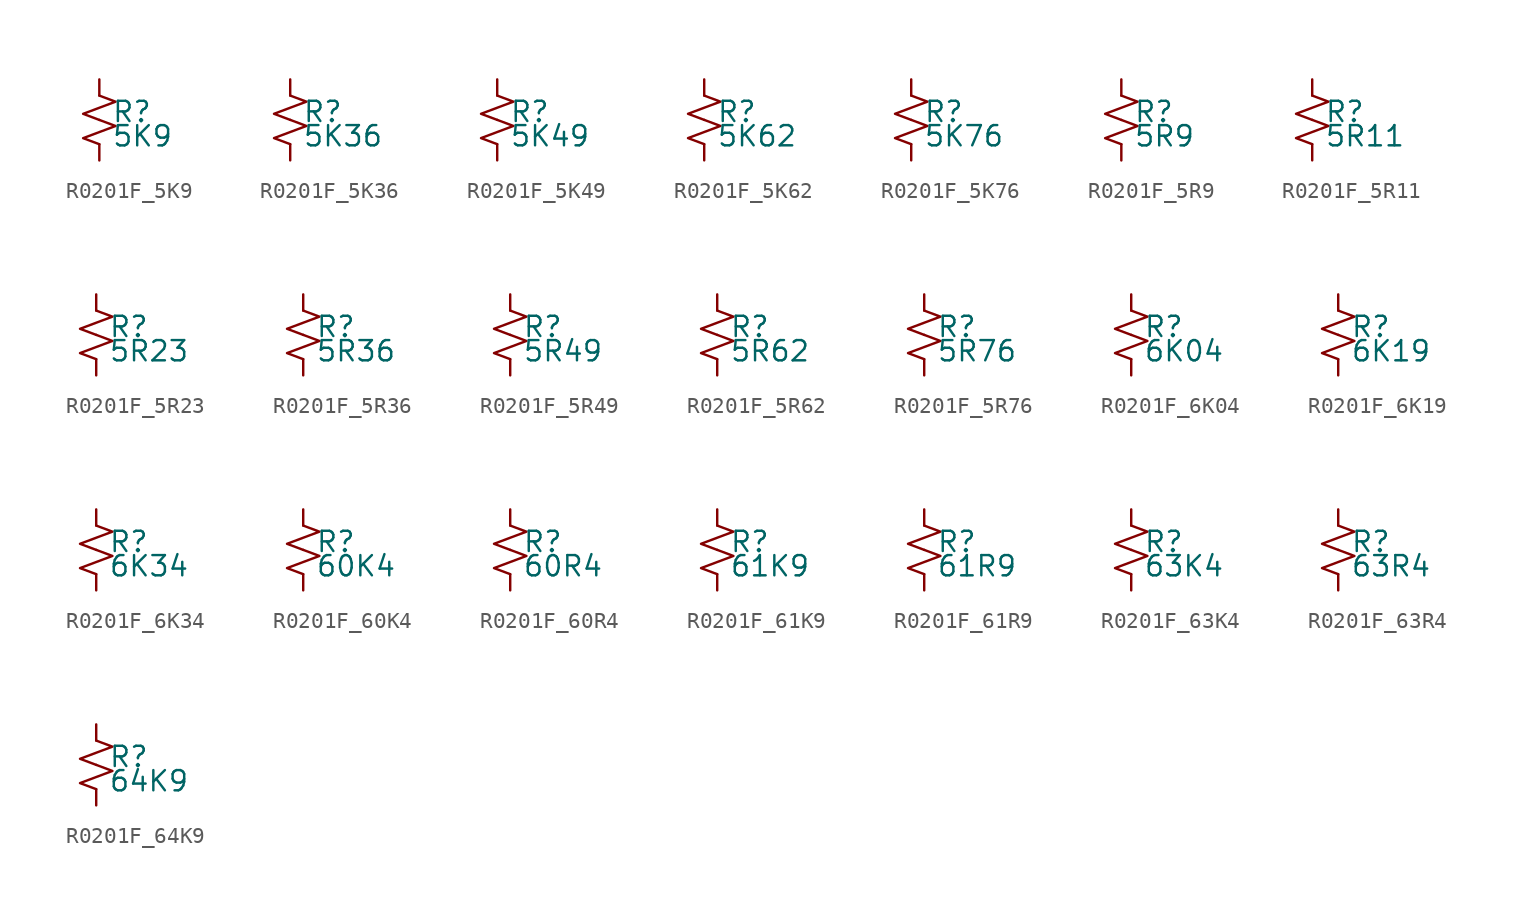
<source format=kicad_sym>
(kicad_symbol_lib
  (version 20220914)
  (generator kicad_symbol_editor)
  (symbol "R0201F_5K9"
    (pin_numbers hide)
    (pin_names
      (offset 0.254) hide)
    (property "Reference" "R"
      (at 0.762 0.508 0)
      (effects (font (size 1.27 1.27)) (justify left)))
    (property "Value" "5K9"
      (at 0.762 -1.016 0)
      (effects (font (size 1.27 1.27)) (justify left)))
    (symbol "R0201F_5K9_1_1"
      (polyline (pts (xy 0 0) (xy 1.016 -0.381) (xy 0 -0.762) (xy -1.016 -1.143) (xy 0 -1.524)) (stroke (width 0) (type default)) (fill (type none)))
      (polyline (pts (xy 0 1.524) (xy 1.016 1.143) (xy 0 0.762) (xy -1.016 0.381) (xy 0 0)) (stroke (width 0) (type default)) (fill (type none)))
      (pin passive line (at 0 2.54 270) (length 1.016) (name "~" (effects (font (size 1.27 1.27)))) (number "1" (effects (font (size 1.27 1.27)))))
      (pin passive line (at 0 -2.54 90) (length 1.016) (name "~" (effects (font (size 1.27 1.27)))) (number "2" (effects (font (size 1.27 1.27)))))))
  (symbol "R0201F_5K36"
    (pin_numbers hide)
    (pin_names
      (offset 0.254) hide)
    (property "Reference" "R"
      (at 0.762 0.508 0)
      (effects (font (size 1.27 1.27)) (justify left)))
    (property "Value" "5K36"
      (at 0.762 -1.016 0)
      (effects (font (size 1.27 1.27)) (justify left)))
    (symbol "R0201F_5K36_1_1"
      (polyline (pts (xy 0 0) (xy 1.016 -0.381) (xy 0 -0.762) (xy -1.016 -1.143) (xy 0 -1.524)) (stroke (width 0) (type default)) (fill (type none)))
      (polyline (pts (xy 0 1.524) (xy 1.016 1.143) (xy 0 0.762) (xy -1.016 0.381) (xy 0 0)) (stroke (width 0) (type default)) (fill (type none)))
      (pin passive line (at 0 2.54 270) (length 1.016) (name "~" (effects (font (size 1.27 1.27)))) (number "1" (effects (font (size 1.27 1.27)))))
      (pin passive line (at 0 -2.54 90) (length 1.016) (name "~" (effects (font (size 1.27 1.27)))) (number "2" (effects (font (size 1.27 1.27)))))))
  (symbol "R0201F_5K49"
    (pin_numbers hide)
    (pin_names
      (offset 0.254) hide)
    (property "Reference" "R"
      (at 0.762 0.508 0)
      (effects (font (size 1.27 1.27)) (justify left)))
    (property "Value" "5K49"
      (at 0.762 -1.016 0)
      (effects (font (size 1.27 1.27)) (justify left)))
    (symbol "R0201F_5K49_1_1"
      (polyline (pts (xy 0 0) (xy 1.016 -0.381) (xy 0 -0.762) (xy -1.016 -1.143) (xy 0 -1.524)) (stroke (width 0) (type default)) (fill (type none)))
      (polyline (pts (xy 0 1.524) (xy 1.016 1.143) (xy 0 0.762) (xy -1.016 0.381) (xy 0 0)) (stroke (width 0) (type default)) (fill (type none)))
      (pin passive line (at 0 2.54 270) (length 1.016) (name "~" (effects (font (size 1.27 1.27)))) (number "1" (effects (font (size 1.27 1.27)))))
      (pin passive line (at 0 -2.54 90) (length 1.016) (name "~" (effects (font (size 1.27 1.27)))) (number "2" (effects (font (size 1.27 1.27)))))))
  (symbol "R0201F_5K62"
    (pin_numbers hide)
    (pin_names
      (offset 0.254) hide)
    (property "Reference" "R"
      (at 0.762 0.508 0)
      (effects (font (size 1.27 1.27)) (justify left)))
    (property "Value" "5K62"
      (at 0.762 -1.016 0)
      (effects (font (size 1.27 1.27)) (justify left)))
    (symbol "R0201F_5K62_1_1"
      (polyline (pts (xy 0 0) (xy 1.016 -0.381) (xy 0 -0.762) (xy -1.016 -1.143) (xy 0 -1.524)) (stroke (width 0) (type default)) (fill (type none)))
      (polyline (pts (xy 0 1.524) (xy 1.016 1.143) (xy 0 0.762) (xy -1.016 0.381) (xy 0 0)) (stroke (width 0) (type default)) (fill (type none)))
      (pin passive line (at 0 2.54 270) (length 1.016) (name "~" (effects (font (size 1.27 1.27)))) (number "1" (effects (font (size 1.27 1.27)))))
      (pin passive line (at 0 -2.54 90) (length 1.016) (name "~" (effects (font (size 1.27 1.27)))) (number "2" (effects (font (size 1.27 1.27)))))))
  (symbol "R0201F_5K76"
    (pin_numbers hide)
    (pin_names
      (offset 0.254) hide)
    (property "Reference" "R"
      (at 0.762 0.508 0)
      (effects (font (size 1.27 1.27)) (justify left)))
    (property "Value" "5K76"
      (at 0.762 -1.016 0)
      (effects (font (size 1.27 1.27)) (justify left)))
    (symbol "R0201F_5K76_1_1"
      (polyline (pts (xy 0 0) (xy 1.016 -0.381) (xy 0 -0.762) (xy -1.016 -1.143) (xy 0 -1.524)) (stroke (width 0) (type default)) (fill (type none)))
      (polyline (pts (xy 0 1.524) (xy 1.016 1.143) (xy 0 0.762) (xy -1.016 0.381) (xy 0 0)) (stroke (width 0) (type default)) (fill (type none)))
      (pin passive line (at 0 2.54 270) (length 1.016) (name "~" (effects (font (size 1.27 1.27)))) (number "1" (effects (font (size 1.27 1.27)))))
      (pin passive line (at 0 -2.54 90) (length 1.016) (name "~" (effects (font (size 1.27 1.27)))) (number "2" (effects (font (size 1.27 1.27)))))))
  (symbol "R0201F_5R9"
    (pin_numbers hide)
    (pin_names
      (offset 0.254) hide)
    (property "Reference" "R"
      (at 0.762 0.508 0)
      (effects (font (size 1.27 1.27)) (justify left)))
    (property "Value" "5R9"
      (at 0.762 -1.016 0)
      (effects (font (size 1.27 1.27)) (justify left)))
    (symbol "R0201F_5R9_1_1"
      (polyline (pts (xy 0 0) (xy 1.016 -0.381) (xy 0 -0.762) (xy -1.016 -1.143) (xy 0 -1.524)) (stroke (width 0) (type default)) (fill (type none)))
      (polyline (pts (xy 0 1.524) (xy 1.016 1.143) (xy 0 0.762) (xy -1.016 0.381) (xy 0 0)) (stroke (width 0) (type default)) (fill (type none)))
      (pin passive line (at 0 2.54 270) (length 1.016) (name "~" (effects (font (size 1.27 1.27)))) (number "1" (effects (font (size 1.27 1.27)))))
      (pin passive line (at 0 -2.54 90) (length 1.016) (name "~" (effects (font (size 1.27 1.27)))) (number "2" (effects (font (size 1.27 1.27)))))))
  (symbol "R0201F_5R11"
    (pin_numbers hide)
    (pin_names
      (offset 0.254) hide)
    (property "Reference" "R"
      (at 0.762 0.508 0)
      (effects (font (size 1.27 1.27)) (justify left)))
    (property "Value" "5R11"
      (at 0.762 -1.016 0)
      (effects (font (size 1.27 1.27)) (justify left)))
    (symbol "R0201F_5R11_1_1"
      (polyline (pts (xy 0 0) (xy 1.016 -0.381) (xy 0 -0.762) (xy -1.016 -1.143) (xy 0 -1.524)) (stroke (width 0) (type default)) (fill (type none)))
      (polyline (pts (xy 0 1.524) (xy 1.016 1.143) (xy 0 0.762) (xy -1.016 0.381) (xy 0 0)) (stroke (width 0) (type default)) (fill (type none)))
      (pin passive line (at 0 2.54 270) (length 1.016) (name "~" (effects (font (size 1.27 1.27)))) (number "1" (effects (font (size 1.27 1.27)))))
      (pin passive line (at 0 -2.54 90) (length 1.016) (name "~" (effects (font (size 1.27 1.27)))) (number "2" (effects (font (size 1.27 1.27)))))))
  (symbol "R0201F_5R23"
    (pin_numbers hide)
    (pin_names
      (offset 0.254) hide)
    (property "Reference" "R"
      (at 0.762 0.508 0)
      (effects (font (size 1.27 1.27)) (justify left)))
    (property "Value" "5R23"
      (at 0.762 -1.016 0)
      (effects (font (size 1.27 1.27)) (justify left)))
    (symbol "R0201F_5R23_1_1"
      (polyline (pts (xy 0 0) (xy 1.016 -0.381) (xy 0 -0.762) (xy -1.016 -1.143) (xy 0 -1.524)) (stroke (width 0) (type default)) (fill (type none)))
      (polyline (pts (xy 0 1.524) (xy 1.016 1.143) (xy 0 0.762) (xy -1.016 0.381) (xy 0 0)) (stroke (width 0) (type default)) (fill (type none)))
      (pin passive line (at 0 2.54 270) (length 1.016) (name "~" (effects (font (size 1.27 1.27)))) (number "1" (effects (font (size 1.27 1.27)))))
      (pin passive line (at 0 -2.54 90) (length 1.016) (name "~" (effects (font (size 1.27 1.27)))) (number "2" (effects (font (size 1.27 1.27)))))))
  (symbol "R0201F_5R36"
    (pin_numbers hide)
    (pin_names
      (offset 0.254) hide)
    (property "Reference" "R"
      (at 0.762 0.508 0)
      (effects (font (size 1.27 1.27)) (justify left)))
    (property "Value" "5R36"
      (at 0.762 -1.016 0)
      (effects (font (size 1.27 1.27)) (justify left)))
    (symbol "R0201F_5R36_1_1"
      (polyline (pts (xy 0 0) (xy 1.016 -0.381) (xy 0 -0.762) (xy -1.016 -1.143) (xy 0 -1.524)) (stroke (width 0) (type default)) (fill (type none)))
      (polyline (pts (xy 0 1.524) (xy 1.016 1.143) (xy 0 0.762) (xy -1.016 0.381) (xy 0 0)) (stroke (width 0) (type default)) (fill (type none)))
      (pin passive line (at 0 2.54 270) (length 1.016) (name "~" (effects (font (size 1.27 1.27)))) (number "1" (effects (font (size 1.27 1.27)))))
      (pin passive line (at 0 -2.54 90) (length 1.016) (name "~" (effects (font (size 1.27 1.27)))) (number "2" (effects (font (size 1.27 1.27)))))))
  (symbol "R0201F_5R49"
    (pin_numbers hide)
    (pin_names
      (offset 0.254) hide)
    (property "Reference" "R"
      (at 0.762 0.508 0)
      (effects (font (size 1.27 1.27)) (justify left)))
    (property "Value" "5R49"
      (at 0.762 -1.016 0)
      (effects (font (size 1.27 1.27)) (justify left)))
    (symbol "R0201F_5R49_1_1"
      (polyline (pts (xy 0 0) (xy 1.016 -0.381) (xy 0 -0.762) (xy -1.016 -1.143) (xy 0 -1.524)) (stroke (width 0) (type default)) (fill (type none)))
      (polyline (pts (xy 0 1.524) (xy 1.016 1.143) (xy 0 0.762) (xy -1.016 0.381) (xy 0 0)) (stroke (width 0) (type default)) (fill (type none)))
      (pin passive line (at 0 2.54 270) (length 1.016) (name "~" (effects (font (size 1.27 1.27)))) (number "1" (effects (font (size 1.27 1.27)))))
      (pin passive line (at 0 -2.54 90) (length 1.016) (name "~" (effects (font (size 1.27 1.27)))) (number "2" (effects (font (size 1.27 1.27)))))))
  (symbol "R0201F_5R62"
    (pin_numbers hide)
    (pin_names
      (offset 0.254) hide)
    (property "Reference" "R"
      (at 0.762 0.508 0)
      (effects (font (size 1.27 1.27)) (justify left)))
    (property "Value" "5R62"
      (at 0.762 -1.016 0)
      (effects (font (size 1.27 1.27)) (justify left)))
    (symbol "R0201F_5R62_1_1"
      (polyline (pts (xy 0 0) (xy 1.016 -0.381) (xy 0 -0.762) (xy -1.016 -1.143) (xy 0 -1.524)) (stroke (width 0) (type default)) (fill (type none)))
      (polyline (pts (xy 0 1.524) (xy 1.016 1.143) (xy 0 0.762) (xy -1.016 0.381) (xy 0 0)) (stroke (width 0) (type default)) (fill (type none)))
      (pin passive line (at 0 2.54 270) (length 1.016) (name "~" (effects (font (size 1.27 1.27)))) (number "1" (effects (font (size 1.27 1.27)))))
      (pin passive line (at 0 -2.54 90) (length 1.016) (name "~" (effects (font (size 1.27 1.27)))) (number "2" (effects (font (size 1.27 1.27)))))))
  (symbol "R0201F_5R76"
    (pin_numbers hide)
    (pin_names
      (offset 0.254) hide)
    (property "Reference" "R"
      (at 0.762 0.508 0)
      (effects (font (size 1.27 1.27)) (justify left)))
    (property "Value" "5R76"
      (at 0.762 -1.016 0)
      (effects (font (size 1.27 1.27)) (justify left)))
    (symbol "R0201F_5R76_1_1"
      (polyline (pts (xy 0 0) (xy 1.016 -0.381) (xy 0 -0.762) (xy -1.016 -1.143) (xy 0 -1.524)) (stroke (width 0) (type default)) (fill (type none)))
      (polyline (pts (xy 0 1.524) (xy 1.016 1.143) (xy 0 0.762) (xy -1.016 0.381) (xy 0 0)) (stroke (width 0) (type default)) (fill (type none)))
      (pin passive line (at 0 2.54 270) (length 1.016) (name "~" (effects (font (size 1.27 1.27)))) (number "1" (effects (font (size 1.27 1.27)))))
      (pin passive line (at 0 -2.54 90) (length 1.016) (name "~" (effects (font (size 1.27 1.27)))) (number "2" (effects (font (size 1.27 1.27)))))))
  (symbol "R0201F_6K04"
    (pin_numbers hide)
    (pin_names
      (offset 0.254) hide)
    (property "Reference" "R"
      (at 0.762 0.508 0)
      (effects (font (size 1.27 1.27)) (justify left)))
    (property "Value" "6K04"
      (at 0.762 -1.016 0)
      (effects (font (size 1.27 1.27)) (justify left)))
    (symbol "R0201F_6K04_1_1"
      (polyline (pts (xy 0 0) (xy 1.016 -0.381) (xy 0 -0.762) (xy -1.016 -1.143) (xy 0 -1.524)) (stroke (width 0) (type default)) (fill (type none)))
      (polyline (pts (xy 0 1.524) (xy 1.016 1.143) (xy 0 0.762) (xy -1.016 0.381) (xy 0 0)) (stroke (width 0) (type default)) (fill (type none)))
      (pin passive line (at 0 2.54 270) (length 1.016) (name "~" (effects (font (size 1.27 1.27)))) (number "1" (effects (font (size 1.27 1.27)))))
      (pin passive line (at 0 -2.54 90) (length 1.016) (name "~" (effects (font (size 1.27 1.27)))) (number "2" (effects (font (size 1.27 1.27)))))))
  (symbol "R0201F_6K19"
    (pin_numbers hide)
    (pin_names
      (offset 0.254) hide)
    (property "Reference" "R"
      (at 0.762 0.508 0)
      (effects (font (size 1.27 1.27)) (justify left)))
    (property "Value" "6K19"
      (at 0.762 -1.016 0)
      (effects (font (size 1.27 1.27)) (justify left)))
    (symbol "R0201F_6K19_1_1"
      (polyline (pts (xy 0 0) (xy 1.016 -0.381) (xy 0 -0.762) (xy -1.016 -1.143) (xy 0 -1.524)) (stroke (width 0) (type default)) (fill (type none)))
      (polyline (pts (xy 0 1.524) (xy 1.016 1.143) (xy 0 0.762) (xy -1.016 0.381) (xy 0 0)) (stroke (width 0) (type default)) (fill (type none)))
      (pin passive line (at 0 2.54 270) (length 1.016) (name "~" (effects (font (size 1.27 1.27)))) (number "1" (effects (font (size 1.27 1.27)))))
      (pin passive line (at 0 -2.54 90) (length 1.016) (name "~" (effects (font (size 1.27 1.27)))) (number "2" (effects (font (size 1.27 1.27)))))))
  (symbol "R0201F_6K34"
    (pin_numbers hide)
    (pin_names
      (offset 0.254) hide)
    (property "Reference" "R"
      (at 0.762 0.508 0)
      (effects (font (size 1.27 1.27)) (justify left)))
    (property "Value" "6K34"
      (at 0.762 -1.016 0)
      (effects (font (size 1.27 1.27)) (justify left)))
    (symbol "R0201F_6K34_1_1"
      (polyline (pts (xy 0 0) (xy 1.016 -0.381) (xy 0 -0.762) (xy -1.016 -1.143) (xy 0 -1.524)) (stroke (width 0) (type default)) (fill (type none)))
      (polyline (pts (xy 0 1.524) (xy 1.016 1.143) (xy 0 0.762) (xy -1.016 0.381) (xy 0 0)) (stroke (width 0) (type default)) (fill (type none)))
      (pin passive line (at 0 2.54 270) (length 1.016) (name "~" (effects (font (size 1.27 1.27)))) (number "1" (effects (font (size 1.27 1.27)))))
      (pin passive line (at 0 -2.54 90) (length 1.016) (name "~" (effects (font (size 1.27 1.27)))) (number "2" (effects (font (size 1.27 1.27)))))))
  (symbol "R0201F_60K4"
    (pin_numbers hide)
    (pin_names
      (offset 0.254) hide)
    (property "Reference" "R"
      (at 0.762 0.508 0)
      (effects (font (size 1.27 1.27)) (justify left)))
    (property "Value" "60K4"
      (at 0.762 -1.016 0)
      (effects (font (size 1.27 1.27)) (justify left)))
    (symbol "R0201F_60K4_1_1"
      (polyline (pts (xy 0 0) (xy 1.016 -0.381) (xy 0 -0.762) (xy -1.016 -1.143) (xy 0 -1.524)) (stroke (width 0) (type default)) (fill (type none)))
      (polyline (pts (xy 0 1.524) (xy 1.016 1.143) (xy 0 0.762) (xy -1.016 0.381) (xy 0 0)) (stroke (width 0) (type default)) (fill (type none)))
      (pin passive line (at 0 2.54 270) (length 1.016) (name "~" (effects (font (size 1.27 1.27)))) (number "1" (effects (font (size 1.27 1.27)))))
      (pin passive line (at 0 -2.54 90) (length 1.016) (name "~" (effects (font (size 1.27 1.27)))) (number "2" (effects (font (size 1.27 1.27)))))))
  (symbol "R0201F_60R4"
    (pin_numbers hide)
    (pin_names
      (offset 0.254) hide)
    (property "Reference" "R"
      (at 0.762 0.508 0)
      (effects (font (size 1.27 1.27)) (justify left)))
    (property "Value" "60R4"
      (at 0.762 -1.016 0)
      (effects (font (size 1.27 1.27)) (justify left)))
    (symbol "R0201F_60R4_1_1"
      (polyline (pts (xy 0 0) (xy 1.016 -0.381) (xy 0 -0.762) (xy -1.016 -1.143) (xy 0 -1.524)) (stroke (width 0) (type default)) (fill (type none)))
      (polyline (pts (xy 0 1.524) (xy 1.016 1.143) (xy 0 0.762) (xy -1.016 0.381) (xy 0 0)) (stroke (width 0) (type default)) (fill (type none)))
      (pin passive line (at 0 2.54 270) (length 1.016) (name "~" (effects (font (size 1.27 1.27)))) (number "1" (effects (font (size 1.27 1.27)))))
      (pin passive line (at 0 -2.54 90) (length 1.016) (name "~" (effects (font (size 1.27 1.27)))) (number "2" (effects (font (size 1.27 1.27)))))))
  (symbol "R0201F_61K9"
    (pin_numbers hide)
    (pin_names
      (offset 0.254) hide)
    (property "Reference" "R"
      (at 0.762 0.508 0)
      (effects (font (size 1.27 1.27)) (justify left)))
    (property "Value" "61K9"
      (at 0.762 -1.016 0)
      (effects (font (size 1.27 1.27)) (justify left)))
    (symbol "R0201F_61K9_1_1"
      (polyline (pts (xy 0 0) (xy 1.016 -0.381) (xy 0 -0.762) (xy -1.016 -1.143) (xy 0 -1.524)) (stroke (width 0) (type default)) (fill (type none)))
      (polyline (pts (xy 0 1.524) (xy 1.016 1.143) (xy 0 0.762) (xy -1.016 0.381) (xy 0 0)) (stroke (width 0) (type default)) (fill (type none)))
      (pin passive line (at 0 2.54 270) (length 1.016) (name "~" (effects (font (size 1.27 1.27)))) (number "1" (effects (font (size 1.27 1.27)))))
      (pin passive line (at 0 -2.54 90) (length 1.016) (name "~" (effects (font (size 1.27 1.27)))) (number "2" (effects (font (size 1.27 1.27)))))))
  (symbol "R0201F_61R9"
    (pin_numbers hide)
    (pin_names
      (offset 0.254) hide)
    (property "Reference" "R"
      (at 0.762 0.508 0)
      (effects (font (size 1.27 1.27)) (justify left)))
    (property "Value" "61R9"
      (at 0.762 -1.016 0)
      (effects (font (size 1.27 1.27)) (justify left)))
    (symbol "R0201F_61R9_1_1"
      (polyline (pts (xy 0 0) (xy 1.016 -0.381) (xy 0 -0.762) (xy -1.016 -1.143) (xy 0 -1.524)) (stroke (width 0) (type default)) (fill (type none)))
      (polyline (pts (xy 0 1.524) (xy 1.016 1.143) (xy 0 0.762) (xy -1.016 0.381) (xy 0 0)) (stroke (width 0) (type default)) (fill (type none)))
      (pin passive line (at 0 2.54 270) (length 1.016) (name "~" (effects (font (size 1.27 1.27)))) (number "1" (effects (font (size 1.27 1.27)))))
      (pin passive line (at 0 -2.54 90) (length 1.016) (name "~" (effects (font (size 1.27 1.27)))) (number "2" (effects (font (size 1.27 1.27)))))))
  (symbol "R0201F_63K4"
    (pin_numbers hide)
    (pin_names
      (offset 0.254) hide)
    (property "Reference" "R"
      (at 0.762 0.508 0)
      (effects (font (size 1.27 1.27)) (justify left)))
    (property "Value" "63K4"
      (at 0.762 -1.016 0)
      (effects (font (size 1.27 1.27)) (justify left)))
    (symbol "R0201F_63K4_1_1"
      (polyline (pts (xy 0 0) (xy 1.016 -0.381) (xy 0 -0.762) (xy -1.016 -1.143) (xy 0 -1.524)) (stroke (width 0) (type default)) (fill (type none)))
      (polyline (pts (xy 0 1.524) (xy 1.016 1.143) (xy 0 0.762) (xy -1.016 0.381) (xy 0 0)) (stroke (width 0) (type default)) (fill (type none)))
      (pin passive line (at 0 2.54 270) (length 1.016) (name "~" (effects (font (size 1.27 1.27)))) (number "1" (effects (font (size 1.27 1.27)))))
      (pin passive line (at 0 -2.54 90) (length 1.016) (name "~" (effects (font (size 1.27 1.27)))) (number "2" (effects (font (size 1.27 1.27)))))))
  (symbol "R0201F_63R4"
    (pin_numbers hide)
    (pin_names
      (offset 0.254) hide)
    (property "Reference" "R"
      (at 0.762 0.508 0)
      (effects (font (size 1.27 1.27)) (justify left)))
    (property "Value" "63R4"
      (at 0.762 -1.016 0)
      (effects (font (size 1.27 1.27)) (justify left)))
    (symbol "R0201F_63R4_1_1"
      (polyline (pts (xy 0 0) (xy 1.016 -0.381) (xy 0 -0.762) (xy -1.016 -1.143) (xy 0 -1.524)) (stroke (width 0) (type default)) (fill (type none)))
      (polyline (pts (xy 0 1.524) (xy 1.016 1.143) (xy 0 0.762) (xy -1.016 0.381) (xy 0 0)) (stroke (width 0) (type default)) (fill (type none)))
      (pin passive line (at 0 2.54 270) (length 1.016) (name "~" (effects (font (size 1.27 1.27)))) (number "1" (effects (font (size 1.27 1.27)))))
      (pin passive line (at 0 -2.54 90) (length 1.016) (name "~" (effects (font (size 1.27 1.27)))) (number "2" (effects (font (size 1.27 1.27)))))))
  (symbol "R0201F_64K9"
    (pin_numbers hide)
    (pin_names
      (offset 0.254) hide)
    (property "Reference" "R"
      (at 0.762 0.508 0)
      (effects (font (size 1.27 1.27)) (justify left)))
    (property "Value" "64K9"
      (at 0.762 -1.016 0)
      (effects (font (size 1.27 1.27)) (justify left)))
    (symbol "R0201F_64K9_1_1"
      (polyline (pts (xy 0 0) (xy 1.016 -0.381) (xy 0 -0.762) (xy -1.016 -1.143) (xy 0 -1.524)) (stroke (width 0) (type default)) (fill (type none)))
      (polyline (pts (xy 0 1.524) (xy 1.016 1.143) (xy 0 0.762) (xy -1.016 0.381) (xy 0 0)) (stroke (width 0) (type default)) (fill (type none)))
      (pin passive line (at 0 2.54 270) (length 1.016) (name "~" (effects (font (size 1.27 1.27)))) (number "1" (effects (font (size 1.27 1.27)))))
      (pin passive line (at 0 -2.54 90) (length 1.016) (name "~" (effects (font (size 1.27 1.27)))) (number "2" (effects (font (size 1.27 1.27))))))))
</source>
